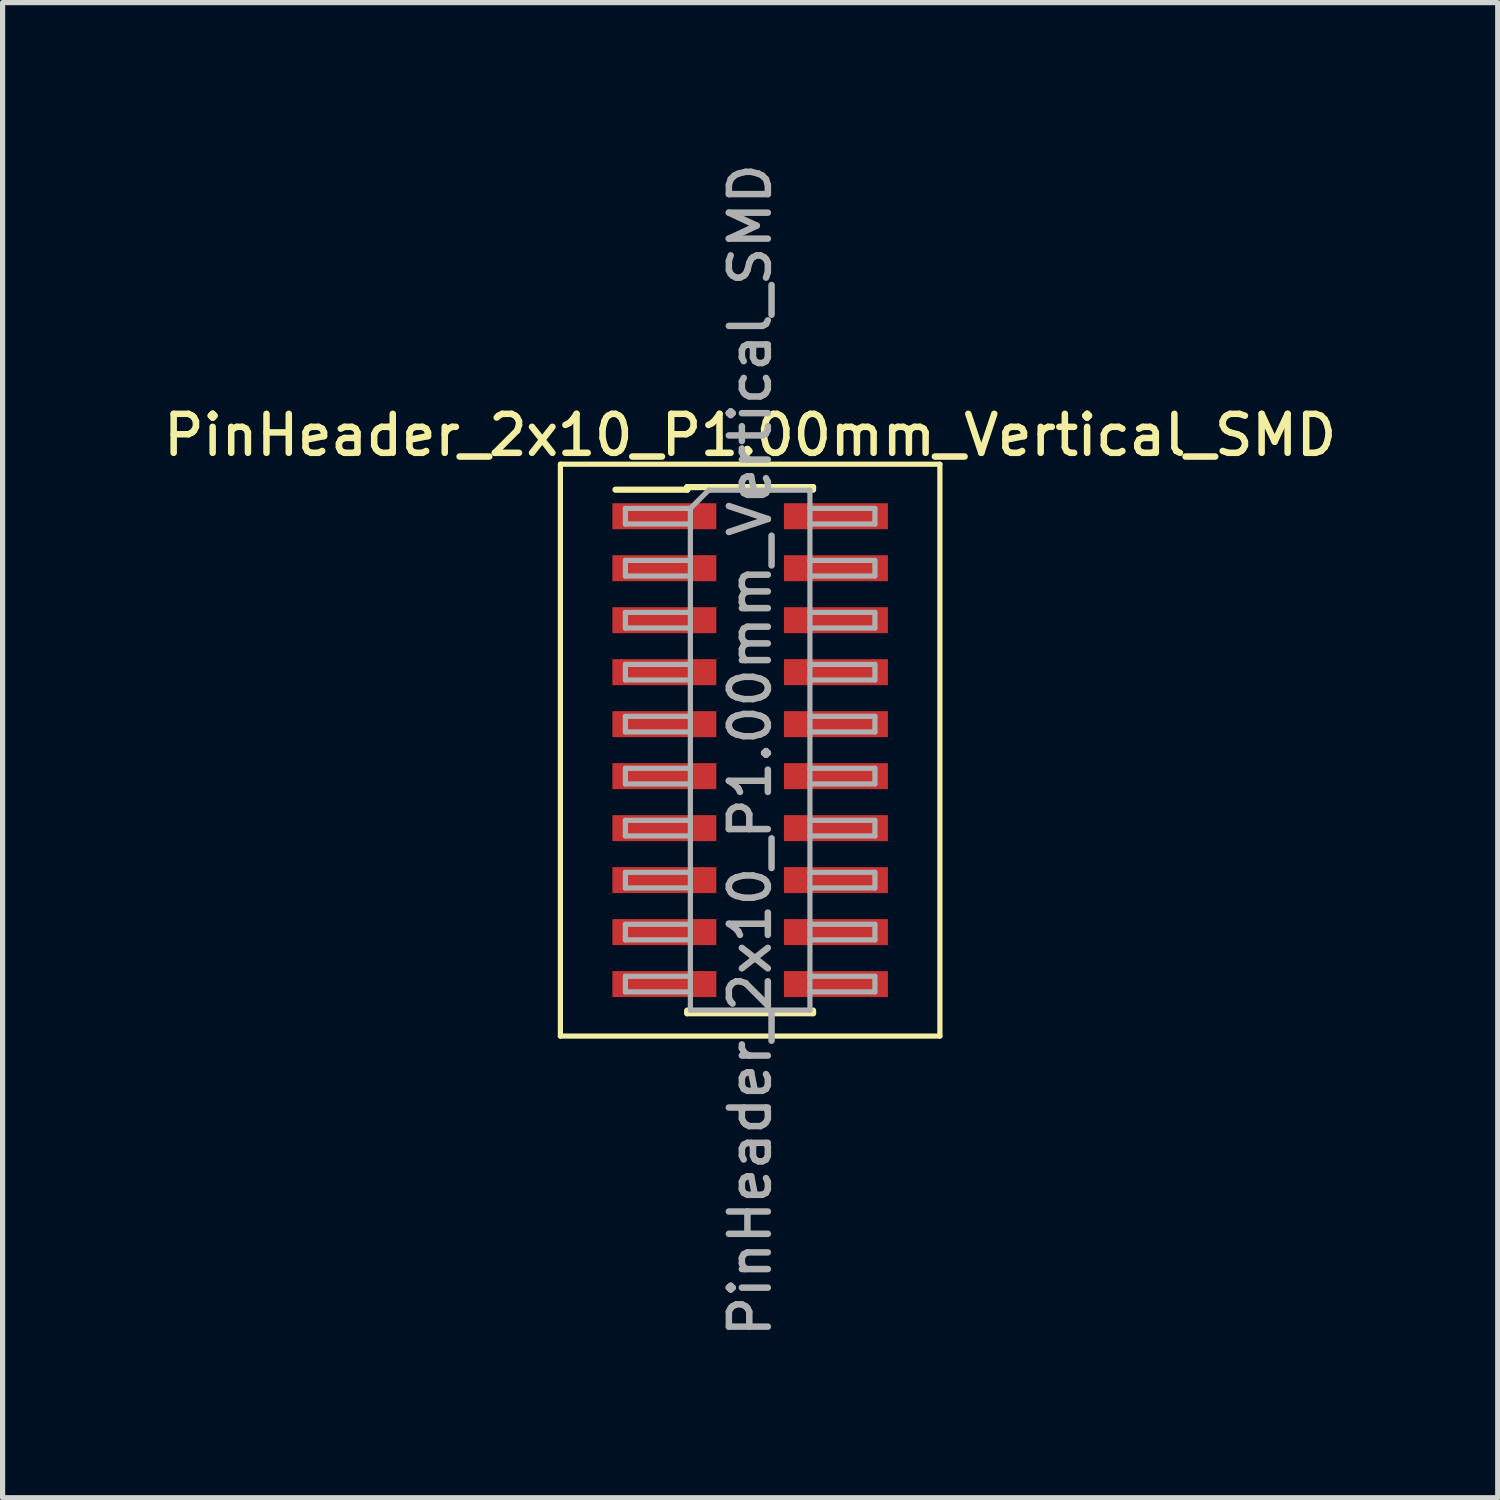
<source format=kicad_pcb>
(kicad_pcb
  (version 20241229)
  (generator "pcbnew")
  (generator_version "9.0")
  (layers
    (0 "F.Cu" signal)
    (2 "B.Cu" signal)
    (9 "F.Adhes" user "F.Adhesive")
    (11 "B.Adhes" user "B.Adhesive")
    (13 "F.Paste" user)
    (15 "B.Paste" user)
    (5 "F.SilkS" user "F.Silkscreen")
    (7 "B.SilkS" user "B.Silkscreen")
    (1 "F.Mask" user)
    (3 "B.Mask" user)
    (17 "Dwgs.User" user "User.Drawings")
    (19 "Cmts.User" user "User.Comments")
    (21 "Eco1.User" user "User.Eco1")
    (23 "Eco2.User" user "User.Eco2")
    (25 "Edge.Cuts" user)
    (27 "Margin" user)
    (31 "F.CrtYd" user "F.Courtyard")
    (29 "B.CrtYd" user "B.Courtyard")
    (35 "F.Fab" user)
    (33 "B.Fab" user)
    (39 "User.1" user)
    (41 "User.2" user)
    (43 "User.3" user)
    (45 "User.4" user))
  (footprint "PinHeader_2x10_P1.00mm_Vertical_SMD"
    (layer "F.Cu")
    (at 11.38 11.38)
    (property "Reference" "PinHeader_2x10_P1.00mm_Vertical_SMD" (at 0 -6.06 0) (layer "F.SilkS") (effects (font (size 0.75 0.75) (thickness 0.125))))
    (attr smd)
    (fp_line (start -3.65 -5.5) (end -3.65 5.5) (stroke (width 0.1) (type solid)) (layer "F.SilkS"))
    (fp_line (start -3.65 5.5) (end 3.65 5.5) (stroke (width 0.1) (type solid)) (layer "F.SilkS"))
    (fp_line (start -2.59 -5.01) (end -1.21 -5.01) (stroke (width 0.12) (type solid)) (layer "F.SilkS"))
    (fp_line (start -1.21 -5.06) (end -1.21 -5.01) (stroke (width 0.12) (type solid)) (layer "F.SilkS"))
    (fp_line (start -1.21 -5.06) (end 1.21 -5.06) (stroke (width 0.12) (type solid)) (layer "F.SilkS"))
    (fp_line (start -1.21 5.01) (end -1.21 5.06) (stroke (width 0.12) (type solid)) (layer "F.SilkS"))
    (fp_line (start -1.21 5.06) (end 1.21 5.06) (stroke (width 0.12) (type solid)) (layer "F.SilkS"))
    (fp_line (start 1.21 -5.06) (end 1.21 -5.01) (stroke (width 0.12) (type solid)) (layer "F.SilkS"))
    (fp_line (start 1.21 5.01) (end 1.21 5.06) (stroke (width 0.12) (type solid)) (layer "F.SilkS"))
    (fp_line (start 3.65 -5.5) (end -3.65 -5.5) (stroke (width 0.1) (type solid)) (layer "F.SilkS"))
    (fp_line (start 3.65 5.5) (end 3.65 -5.5) (stroke (width 0.1) (type solid)) (layer "F.SilkS"))
    (fp_line (start -2.4 -4.65) (end -2.4 -4.35) (stroke (width 0.1) (type solid)) (layer "F.Fab"))
    (fp_line (start -2.4 -4.35) (end -1.15 -4.35) (stroke (width 0.1) (type solid)) (layer "F.Fab"))
    (fp_line (start -2.4 -3.65) (end -2.4 -3.35) (stroke (width 0.1) (type solid)) (layer "F.Fab"))
    (fp_line (start -2.4 -3.35) (end -1.15 -3.35) (stroke (width 0.1) (type solid)) (layer "F.Fab"))
    (fp_line (start -2.4 -2.65) (end -2.4 -2.35) (stroke (width 0.1) (type solid)) (layer "F.Fab"))
    (fp_line (start -2.4 -2.35) (end -1.15 -2.35) (stroke (width 0.1) (type solid)) (layer "F.Fab"))
    (fp_line (start -2.4 -1.65) (end -2.4 -1.35) (stroke (width 0.1) (type solid)) (layer "F.Fab"))
    (fp_line (start -2.4 -1.35) (end -1.15 -1.35) (stroke (width 0.1) (type solid)) (layer "F.Fab"))
    (fp_line (start -2.4 -0.65) (end -2.4 -0.35) (stroke (width 0.1) (type solid)) (layer "F.Fab"))
    (fp_line (start -2.4 -0.35) (end -1.15 -0.35) (stroke (width 0.1) (type solid)) (layer "F.Fab"))
    (fp_line (start -2.4 0.35) (end -2.4 0.65) (stroke (width 0.1) (type solid)) (layer "F.Fab"))
    (fp_line (start -2.4 0.65) (end -1.15 0.65) (stroke (width 0.1) (type solid)) (layer "F.Fab"))
    (fp_line (start -2.4 1.35) (end -2.4 1.65) (stroke (width 0.1) (type solid)) (layer "F.Fab"))
    (fp_line (start -2.4 1.65) (end -1.15 1.65) (stroke (width 0.1) (type solid)) (layer "F.Fab"))
    (fp_line (start -2.4 2.35) (end -2.4 2.65) (stroke (width 0.1) (type solid)) (layer "F.Fab"))
    (fp_line (start -2.4 2.65) (end -1.15 2.65) (stroke (width 0.1) (type solid)) (layer "F.Fab"))
    (fp_line (start -2.4 3.35) (end -2.4 3.65) (stroke (width 0.1) (type solid)) (layer "F.Fab"))
    (fp_line (start -2.4 3.65) (end -1.15 3.65) (stroke (width 0.1) (type solid)) (layer "F.Fab"))
    (fp_line (start -2.4 4.35) (end -2.4 4.65) (stroke (width 0.1) (type solid)) (layer "F.Fab"))
    (fp_line (start -2.4 4.65) (end -1.15 4.65) (stroke (width 0.1) (type solid)) (layer "F.Fab"))
    (fp_line (start -1.15 -4.65) (end -2.4 -4.65) (stroke (width 0.1) (type solid)) (layer "F.Fab"))
    (fp_line (start -1.15 -4.65) (end -0.8 -5) (stroke (width 0.1) (type solid)) (layer "F.Fab"))
    (fp_line (start -1.15 -3.65) (end -2.4 -3.65) (stroke (width 0.1) (type solid)) (layer "F.Fab"))
    (fp_line (start -1.15 -2.65) (end -2.4 -2.65) (stroke (width 0.1) (type solid)) (layer "F.Fab"))
    (fp_line (start -1.15 -1.65) (end -2.4 -1.65) (stroke (width 0.1) (type solid)) (layer "F.Fab"))
    (fp_line (start -1.15 -0.65) (end -2.4 -0.65) (stroke (width 0.1) (type solid)) (layer "F.Fab"))
    (fp_line (start -1.15 0.35) (end -2.4 0.35) (stroke (width 0.1) (type solid)) (layer "F.Fab"))
    (fp_line (start -1.15 1.35) (end -2.4 1.35) (stroke (width 0.1) (type solid)) (layer "F.Fab"))
    (fp_line (start -1.15 2.35) (end -2.4 2.35) (stroke (width 0.1) (type solid)) (layer "F.Fab"))
    (fp_line (start -1.15 3.35) (end -2.4 3.35) (stroke (width 0.1) (type solid)) (layer "F.Fab"))
    (fp_line (start -1.15 4.35) (end -2.4 4.35) (stroke (width 0.1) (type solid)) (layer "F.Fab"))
    (fp_line (start -1.15 5) (end -1.15 -4.65) (stroke (width 0.1) (type solid)) (layer "F.Fab"))
    (fp_line (start -0.8 -5) (end 1.15 -5) (stroke (width 0.1) (type solid)) (layer "F.Fab"))
    (fp_line (start 1.15 -5) (end 1.15 5) (stroke (width 0.1) (type solid)) (layer "F.Fab"))
    (fp_line (start 1.15 -4.65) (end 2.4 -4.65) (stroke (width 0.1) (type solid)) (layer "F.Fab"))
    (fp_line (start 1.15 -3.65) (end 2.4 -3.65) (stroke (width 0.1) (type solid)) (layer "F.Fab"))
    (fp_line (start 1.15 -2.65) (end 2.4 -2.65) (stroke (width 0.1) (type solid)) (layer "F.Fab"))
    (fp_line (start 1.15 -1.65) (end 2.4 -1.65) (stroke (width 0.1) (type solid)) (layer "F.Fab"))
    (fp_line (start 1.15 -0.65) (end 2.4 -0.65) (stroke (width 0.1) (type solid)) (layer "F.Fab"))
    (fp_line (start 1.15 0.35) (end 2.4 0.35) (stroke (width 0.1) (type solid)) (layer "F.Fab"))
    (fp_line (start 1.15 1.35) (end 2.4 1.35) (stroke (width 0.1) (type solid)) (layer "F.Fab"))
    (fp_line (start 1.15 2.35) (end 2.4 2.35) (stroke (width 0.1) (type solid)) (layer "F.Fab"))
    (fp_line (start 1.15 3.35) (end 2.4 3.35) (stroke (width 0.1) (type solid)) (layer "F.Fab"))
    (fp_line (start 1.15 4.35) (end 2.4 4.35) (stroke (width 0.1) (type solid)) (layer "F.Fab"))
    (fp_line (start 1.15 5) (end -1.15 5) (stroke (width 0.1) (type solid)) (layer "F.Fab"))
    (fp_line (start 2.4 -4.65) (end 2.4 -4.35) (stroke (width 0.1) (type solid)) (layer "F.Fab"))
    (fp_line (start 2.4 -4.35) (end 1.15 -4.35) (stroke (width 0.1) (type solid)) (layer "F.Fab"))
    (fp_line (start 2.4 -3.65) (end 2.4 -3.35) (stroke (width 0.1) (type solid)) (layer "F.Fab"))
    (fp_line (start 2.4 -3.35) (end 1.15 -3.35) (stroke (width 0.1) (type solid)) (layer "F.Fab"))
    (fp_line (start 2.4 -2.65) (end 2.4 -2.35) (stroke (width 0.1) (type solid)) (layer "F.Fab"))
    (fp_line (start 2.4 -2.35) (end 1.15 -2.35) (stroke (width 0.1) (type solid)) (layer "F.Fab"))
    (fp_line (start 2.4 -1.65) (end 2.4 -1.35) (stroke (width 0.1) (type solid)) (layer "F.Fab"))
    (fp_line (start 2.4 -1.35) (end 1.15 -1.35) (stroke (width 0.1) (type solid)) (layer "F.Fab"))
    (fp_line (start 2.4 -0.65) (end 2.4 -0.35) (stroke (width 0.1) (type solid)) (layer "F.Fab"))
    (fp_line (start 2.4 -0.35) (end 1.15 -0.35) (stroke (width 0.1) (type solid)) (layer "F.Fab"))
    (fp_line (start 2.4 0.35) (end 2.4 0.65) (stroke (width 0.1) (type solid)) (layer "F.Fab"))
    (fp_line (start 2.4 0.65) (end 1.15 0.65) (stroke (width 0.1) (type solid)) (layer "F.Fab"))
    (fp_line (start 2.4 1.35) (end 2.4 1.65) (stroke (width 0.1) (type solid)) (layer "F.Fab"))
    (fp_line (start 2.4 1.65) (end 1.15 1.65) (stroke (width 0.1) (type solid)) (layer "F.Fab"))
    (fp_line (start 2.4 2.35) (end 2.4 2.65) (stroke (width 0.1) (type solid)) (layer "F.Fab"))
    (fp_line (start 2.4 2.65) (end 1.15 2.65) (stroke (width 0.1) (type solid)) (layer "F.Fab"))
    (fp_line (start 2.4 3.35) (end 2.4 3.65) (stroke (width 0.1) (type solid)) (layer "F.Fab"))
    (fp_line (start 2.4 3.65) (end 1.15 3.65) (stroke (width 0.1) (type solid)) (layer "F.Fab"))
    (fp_line (start 2.4 4.35) (end 2.4 4.65) (stroke (width 0.1) (type solid)) (layer "F.Fab"))
    (fp_line (start 2.4 4.65) (end 1.15 4.65) (stroke (width 0.1) (type solid)) (layer "F.Fab"))
    (fp_text user "${REFERENCE}" (at 0 0 90) (layer "F.Fab") (effects (font (size 0.75 0.75) (thickness 0.125))))
    (pad "1" smd rect (at -1.65 -4.5) (size 2 0.5) (layers "F.Cu" "F.Mask" "F.Paste"))
    (pad "2" smd rect (at 1.65 -4.5) (size 2 0.5) (layers "F.Cu" "F.Mask" "F.Paste"))
    (pad "3" smd rect (at -1.65 -3.5) (size 2 0.5) (layers "F.Cu" "F.Mask" "F.Paste"))
    (pad "4" smd rect (at 1.65 -3.5) (size 2 0.5) (layers "F.Cu" "F.Mask" "F.Paste"))
    (pad "5" smd rect (at -1.65 -2.5) (size 2 0.5) (layers "F.Cu" "F.Mask" "F.Paste"))
    (pad "6" smd rect (at 1.65 -2.5) (size 2 0.5) (layers "F.Cu" "F.Mask" "F.Paste"))
    (pad "7" smd rect (at -1.65 -1.5) (size 2 0.5) (layers "F.Cu" "F.Mask" "F.Paste"))
    (pad "8" smd rect (at 1.65 -1.5) (size 2 0.5) (layers "F.Cu" "F.Mask" "F.Paste"))
    (pad "9" smd rect (at -1.65 -0.5) (size 2 0.5) (layers "F.Cu" "F.Mask" "F.Paste"))
    (pad "10" smd rect (at 1.65 -0.5) (size 2 0.5) (layers "F.Cu" "F.Mask" "F.Paste"))
    (pad "11" smd rect (at -1.65 0.5) (size 2 0.5) (layers "F.Cu" "F.Mask" "F.Paste"))
    (pad "12" smd rect (at 1.65 0.5) (size 2 0.5) (layers "F.Cu" "F.Mask" "F.Paste"))
    (pad "13" smd rect (at -1.65 1.5) (size 2 0.5) (layers "F.Cu" "F.Mask" "F.Paste"))
    (pad "14" smd rect (at 1.65 1.5) (size 2 0.5) (layers "F.Cu" "F.Mask" "F.Paste"))
    (pad "15" smd rect (at -1.65 2.5) (size 2 0.5) (layers "F.Cu" "F.Mask" "F.Paste"))
    (pad "16" smd rect (at 1.65 2.5) (size 2 0.5) (layers "F.Cu" "F.Mask" "F.Paste"))
    (pad "17" smd rect (at -1.65 3.5) (size 2 0.5) (layers "F.Cu" "F.Mask" "F.Paste"))
    (pad "18" smd rect (at 1.65 3.5) (size 2 0.5) (layers "F.Cu" "F.Mask" "F.Paste"))
    (pad "19" smd rect (at -1.65 4.5) (size 2 0.5) (layers "F.Cu" "F.Mask" "F.Paste"))
    (pad "20" smd rect (at 1.65 4.5) (size 2 0.5) (layers "F.Cu" "F.Mask" "F.Paste")))
  (gr_rect
    (start -3 -3)
    (end 25.761 25.761)
    (stroke (width 0.1) (type default))
    (fill no)
    (layer "Edge.Cuts")))
</source>
